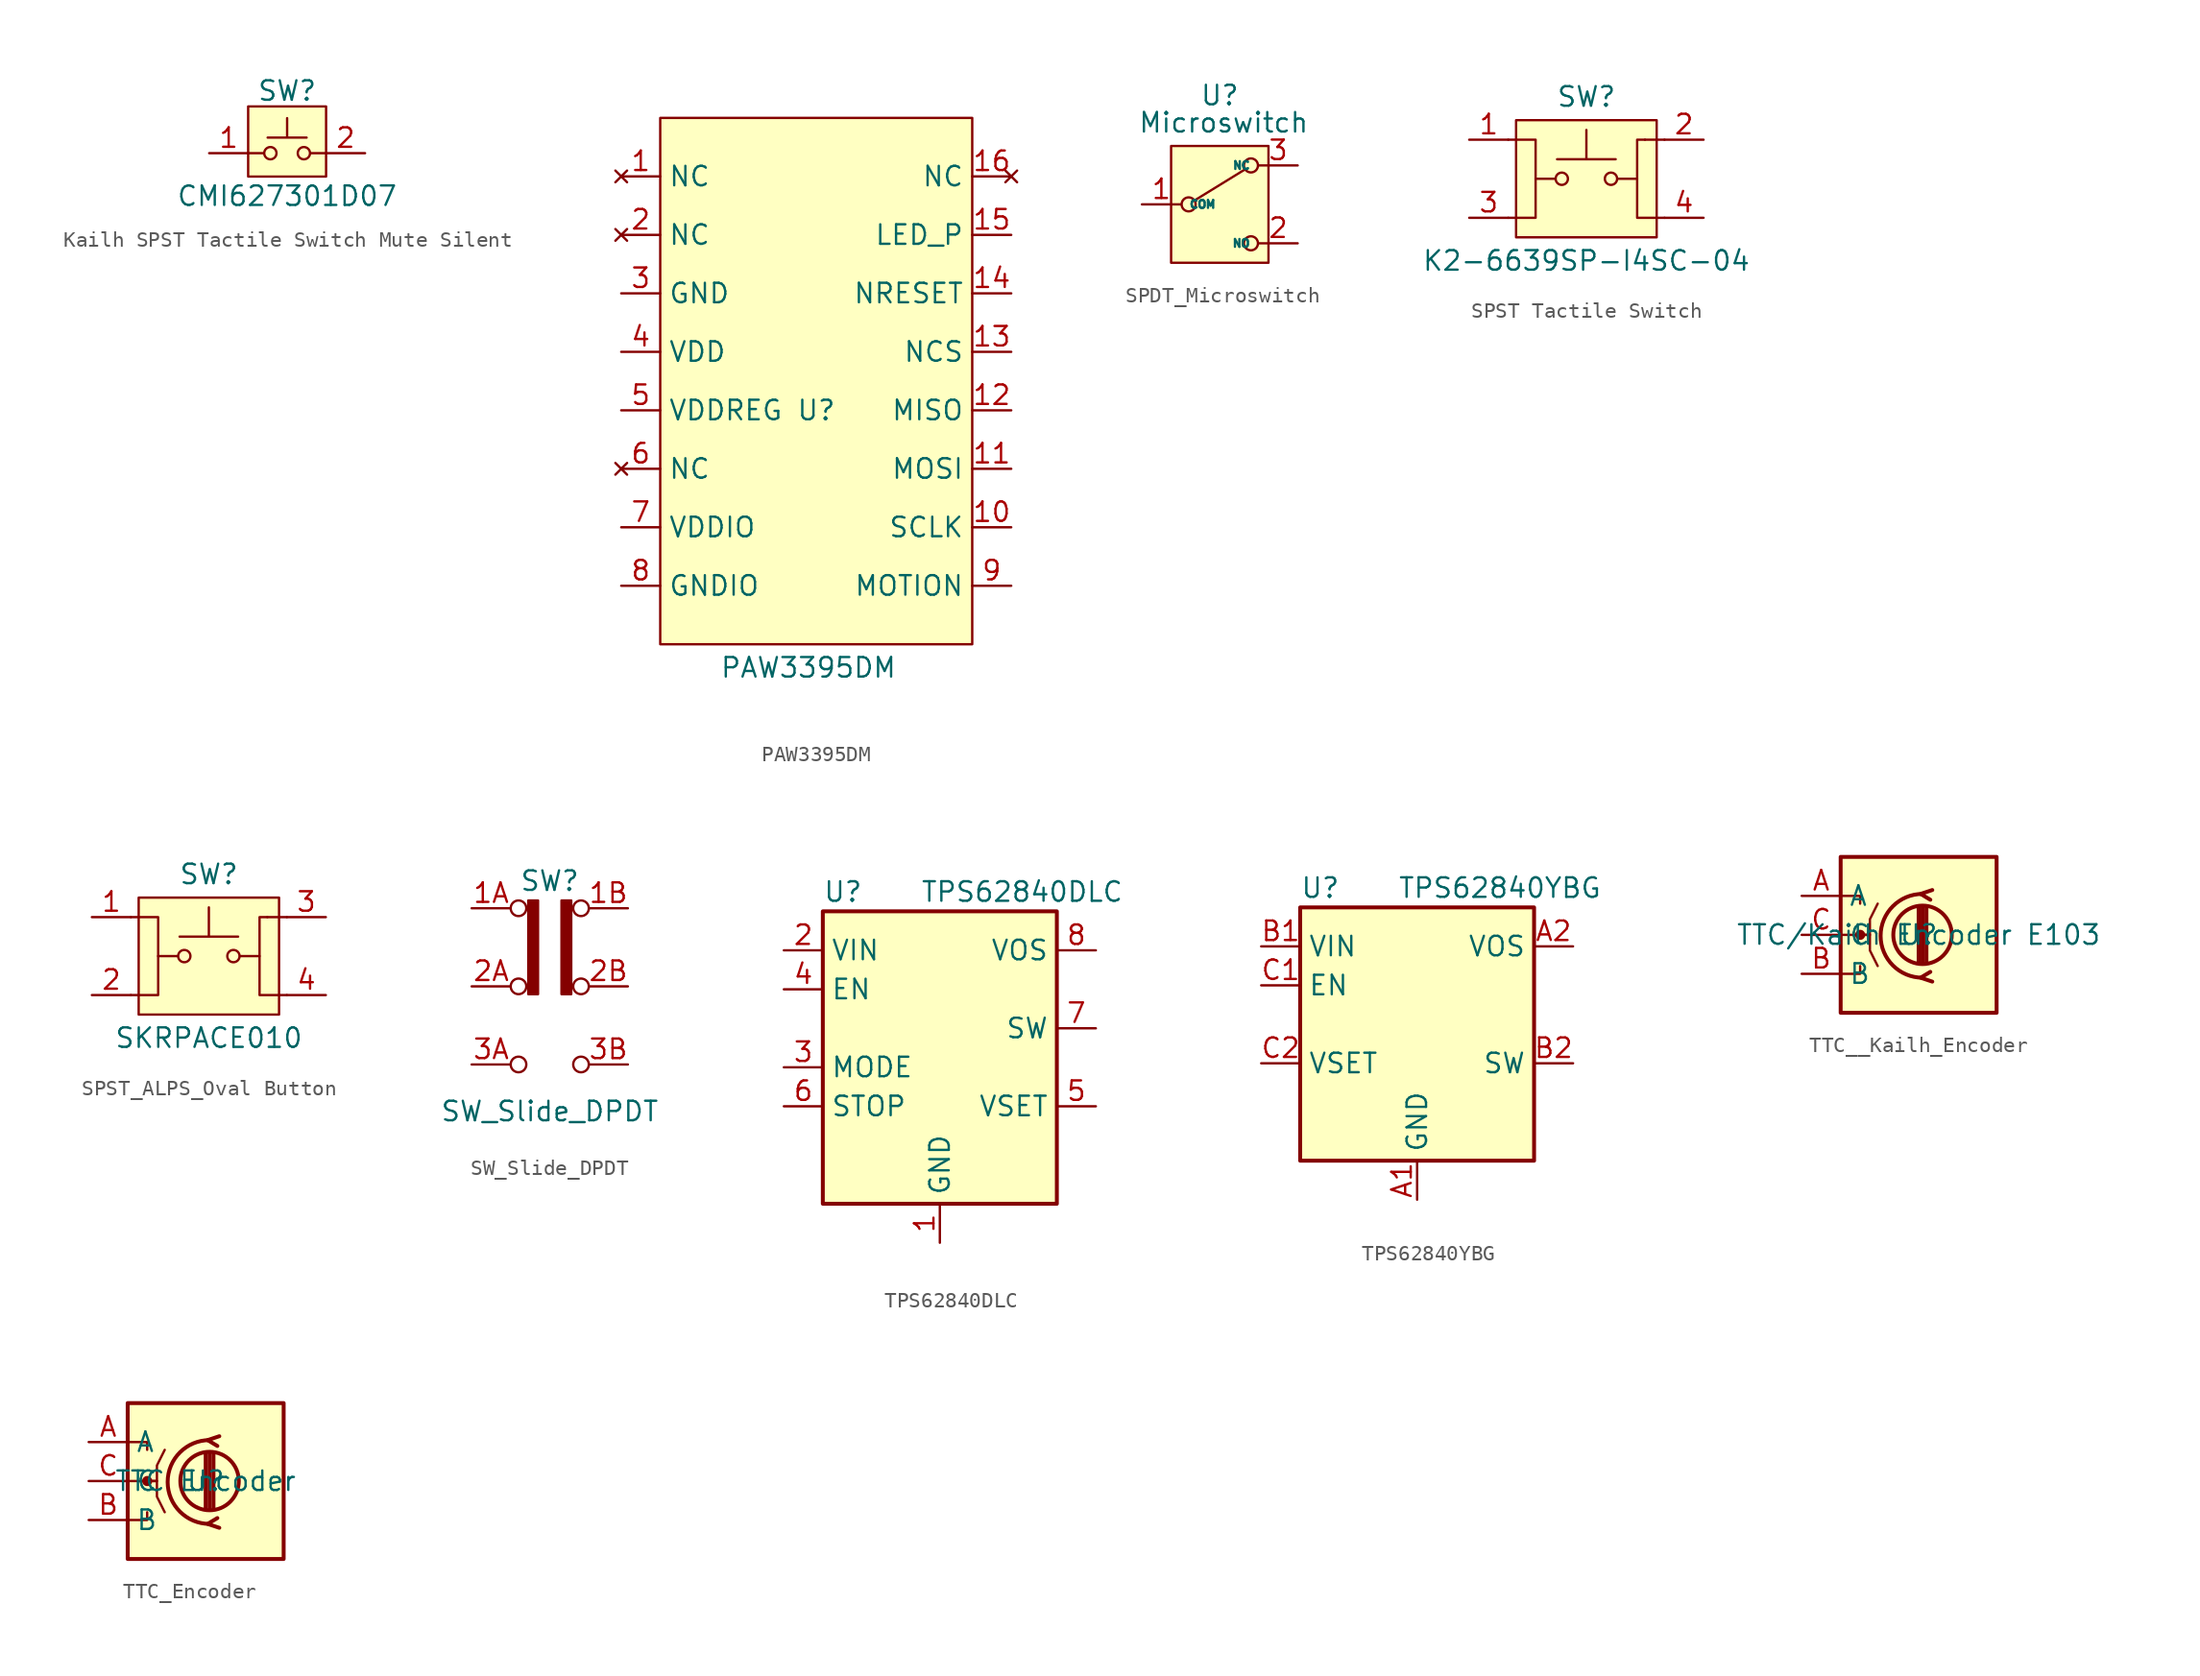
<source format=kicad_sym>
(kicad_symbol_lib
  (version 20241209)
  (generator "kicad_symbol_editor")
  (generator_version "9.0")
  (symbol "Kailh SPST Tactile Switch Mute Silent"
    (pin_names
      (offset 1.016)
      (hide yes))
    (property "Reference" "SW"
      (at 0 4.064 0)
      (effects (font (size 1.27 1.27))))
    (property "Value" "CMI627301D07"
      (at 0 -2.794 0)
      (effects (font (size 1.27 1.27))))
    (symbol "Kailh SPST Tactile Switch Mute Silent_0_1"
      (polyline (pts (xy -1.524 0) (xy -2.54 0)) (stroke (width 0) (type default)) (fill (type none)))
      (circle (center -1.092 0) (radius 0.4) (stroke (width 0) (type default)) (fill (type none)))
      (polyline (pts (xy 0 2.286) (xy 0 1.016) (xy -1.27 1.016) (xy 1.27 1.016)) (stroke (width 0) (type default)) (fill (type none)))
      (circle (center 1.092 0) (radius 0.4) (stroke (width 0) (type default)) (fill (type none)))
      (polyline (pts (xy 1.524 0) (xy 2.54 0)) (stroke (width 0) (type default)) (fill (type none)))
      (pin passive line (at -5.08 0 0) (length 2.54) (name "1" (effects (font (size 1.27 1.27)))) (number "1" (effects (font (size 1.27 1.27)))))
      (pin passive line (at 5.08 0 180) (length 2.54) (name "2" (effects (font (size 1.27 1.27)))) (number "2" (effects (font (size 1.27 1.27))))))
    (symbol "Kailh SPST Tactile Switch Mute Silent_1_1"
      (rectangle (start -2.54 3.048) (end 2.54 -1.524) (stroke (width 0) (type solid)) (fill (type background)))))
  (symbol "PAW3395DM"
    (property "Reference" "U"
      (at 0 0 0)
      (effects (font (size 1.27 1.27))))
    (property "Value" "PAW3395DM"
      (at -0.508 -16.764 0)
      (effects (font (size 1.27 1.27))))
    (symbol "PAW3395DM_0_0"
      (pin unspecified line (at -12.7 7.62 0) (length 2.54) (name "GND" (effects (font (size 1.27 1.27)))) (number "3" (effects (font (size 1.27 1.27)))))
      (pin power_in line (at -12.7 3.81 0) (length 2.54) (name "VDD" (effects (font (size 1.27 1.27)))) (number "4" (effects (font (size 1.27 1.27)))))
      (pin unspecified line (at -12.7 0 0) (length 2.54) (name "VDDREG" (effects (font (size 1.27 1.27)))) (number "5" (effects (font (size 1.27 1.27)))))
      (pin power_in line (at -12.7 -7.62 0) (length 2.54) (name "VDDIO" (effects (font (size 1.27 1.27)))) (number "7" (effects (font (size 1.27 1.27)))))
      (pin unspecified line (at -12.7 -11.43 0) (length 2.54) (name "GNDIO" (effects (font (size 1.27 1.27)))) (number "8" (effects (font (size 1.27 1.27)))))
      (pin input line (at 12.7 11.43 180) (length 2.54) (name "LED_P" (effects (font (size 1.27 1.27)))) (number "15" (effects (font (size 1.27 1.27)))))
      (pin input line (at 12.7 7.62 180) (length 2.54) (name "NRESET" (effects (font (size 1.27 1.27)))) (number "14" (effects (font (size 1.27 1.27)))))
      (pin input line (at 12.7 3.81 180) (length 2.54) (name "NCS" (effects (font (size 1.27 1.27)))) (number "13" (effects (font (size 1.27 1.27)))))
      (pin output line (at 12.7 0 180) (length 2.54) (name "MISO" (effects (font (size 1.27 1.27)))) (number "12" (effects (font (size 1.27 1.27)))))
      (pin input line (at 12.7 -3.81 180) (length 2.54) (name "MOSI" (effects (font (size 1.27 1.27)))) (number "11" (effects (font (size 1.27 1.27)))))
      (pin input line (at 12.7 -7.62 180) (length 2.54) (name "SCLK" (effects (font (size 1.27 1.27)))) (number "10" (effects (font (size 1.27 1.27)))))
      (pin output line (at 12.7 -11.43 180) (length 2.54) (name "MOTION" (effects (font (size 1.27 1.27)))) (number "9" (effects (font (size 1.27 1.27))))))
    (symbol "PAW3395DM_1_0"
      (pin no_connect line (at -12.7 15.24 0) (length 2.54) (name "NC" (effects (font (size 1.27 1.27)))) (number "1" (effects (font (size 1.27 1.27)))))
      (pin no_connect line (at -12.7 11.43 0) (length 2.54) (name "NC" (effects (font (size 1.27 1.27)))) (number "2" (effects (font (size 1.27 1.27)))))
      (pin no_connect line (at -12.7 -3.81 0) (length 2.54) (name "NC" (effects (font (size 1.27 1.27)))) (number "6" (effects (font (size 1.27 1.27)))))
      (pin no_connect line (at 12.7 15.24 180) (length 2.54) (name "NC" (effects (font (size 1.27 1.27)))) (number "16" (effects (font (size 1.27 1.27))))))
    (symbol "PAW3395DM_1_1"
      (rectangle (start -10.16 19.05) (end 10.16 -15.24) (stroke (width 0) (type solid)) (fill (type background)))))
  (symbol "SPDT_Microswitch"
    (property "Reference" "U"
      (at 0 7.112 0)
      (effects (font (size 1.27 1.27))))
    (property "Value" "Microswitch"
      (at 0.254 5.334 0)
      (effects (font (size 1.27 1.27))))
    (symbol "SPDT_Microswitch_0_1"
      (circle (center -2.032 0) (radius 0.457) (stroke (width 0) (type default)) (fill (type none)))
      (polyline (pts (xy -1.651 0.254) (xy 1.651 2.286)) (stroke (width 0) (type default)) (fill (type none)))
      (circle (center 2.032 2.54) (radius 0.457) (stroke (width 0) (type default)) (fill (type none)))
      (circle (center 2.032 -2.54) (radius 0.457) (stroke (width 0) (type default)) (fill (type none))))
    (symbol "SPDT_Microswitch_1_1"
      (rectangle (start -3.175 3.81) (end 3.175 -3.81) (stroke (width 0) (type default)) (fill (type background)))
      (pin passive line (at -5.08 0 0) (length 2.54) (name "COM" (effects (font (size 0.508 0.508)))) (number "1" (effects (font (size 1.27 1.27)))))
      (pin passive line (at 5.08 2.54 180) (length 2.54) (name "NC" (effects (font (size 0.508 0.508)))) (number "3" (effects (font (size 1.27 1.27)))))
      (pin passive line (at 5.08 -2.54 180) (length 2.54) (name "NO" (effects (font (size 0.508 0.508)))) (number "2" (effects (font (size 1.27 1.27)))))))
  (symbol "SPST Tactile Switch"
    (pin_names
      (offset 1.016)
      (hide yes))
    (property "Reference" "SW"
      (at 0 5.334 0)
      (effects (font (size 1.27 1.27))))
    (property "Value" "K2-6639SP-I4SC-04"
      (at 0 -5.334 0)
      (effects (font (size 1.27 1.27))))
    (symbol "SPST Tactile Switch_0_1"
      (circle (center -1.6 0) (radius 0.4) (stroke (width 0) (type default)) (fill (type none)))
      (polyline (pts (xy 0 3.175) (xy 0 1.27) (xy -1.905 1.27) (xy 1.905 1.27)) (stroke (width 0) (type default)) (fill (type none)))
      (circle (center 1.6 0) (radius 0.4) (stroke (width 0) (type default)) (fill (type none)))
      (pin passive line (at -7.62 2.54 0) (length 2.54) (name "1" (effects (font (size 1.27 1.27)))) (number "1" (effects (font (size 1.27 1.27)))))
      (pin passive line (at 7.62 2.54 180) (length 2.54) (name "2" (effects (font (size 1.27 1.27)))) (number "2" (effects (font (size 1.27 1.27))))))
    (symbol "SPST Tactile Switch_1_1"
      (polyline (pts (xy -5.08 2.54) (xy -3.302 2.54) (xy -3.302 -2.54) (xy -5.08 -2.54)) (stroke (width 0) (type default)) (fill (type none)))
      (rectangle (start -4.572 3.81) (end 4.572 -3.81) (stroke (width 0) (type solid)) (fill (type background)))
      (polyline (pts (xy -2.032 0) (xy -3.302 0)) (stroke (width 0) (type default)) (fill (type none)))
      (polyline (pts (xy 2.032 0) (xy 3.302 0)) (stroke (width 0) (type default)) (fill (type none)))
      (polyline (pts (xy 3.81 2.54) (xy 5.08 2.54)) (stroke (width 0) (type default)) (fill (type none)))
      (polyline (pts (xy 5.08 -2.54) (xy 3.81 -2.54) (xy 3.302 -2.54) (xy 3.302 2.54) (xy 3.81 2.54)) (stroke (width 0) (type default)) (fill (type none)))
      (pin passive line (at -7.62 -2.54 0) (length 2.54) (name "3" (effects (font (size 1.27 1.27)))) (number "3" (effects (font (size 1.27 1.27)))))
      (pin passive line (at 7.62 -2.54 180) (length 2.54) (name "4" (effects (font (size 1.27 1.27)))) (number "4" (effects (font (size 1.27 1.27)))))))
  (symbol "SPST_ALPS_Oval Button"
    (pin_names
      (offset 1.016)
      (hide yes))
    (property "Reference" "SW"
      (at 0 5.334 0)
      (effects (font (size 1.27 1.27))))
    (property "Value" "SKRPACE010"
      (at 0 -5.334 0)
      (effects (font (size 1.27 1.27))))
    (symbol "SPST_ALPS_Oval Button_0_1"
      (circle (center -1.6 0) (radius 0.4) (stroke (width 0) (type default)) (fill (type none)))
      (polyline (pts (xy 0 3.175) (xy 0 1.27) (xy -1.905 1.27) (xy 1.905 1.27)) (stroke (width 0) (type default)) (fill (type none)))
      (circle (center 1.6 0) (radius 0.4) (stroke (width 0) (type default)) (fill (type none)))
      (pin passive line (at -7.62 2.54 0) (length 2.54) (name "1" (effects (font (size 1.27 1.27)))) (number "1" (effects (font (size 1.27 1.27)))))
      (pin passive line (at -7.62 -2.54 0) (length 2.54) (name "2" (effects (font (size 1.27 1.27)))) (number "2" (effects (font (size 1.27 1.27))))))
    (symbol "SPST_ALPS_Oval Button_1_1"
      (polyline (pts (xy -5.08 2.54) (xy -3.302 2.54) (xy -3.302 -2.54) (xy -5.08 -2.54)) (stroke (width 0) (type default)) (fill (type none)))
      (rectangle (start -4.572 3.81) (end 4.572 -3.81) (stroke (width 0) (type solid)) (fill (type background)))
      (polyline (pts (xy -2.032 0) (xy -3.302 0)) (stroke (width 0) (type default)) (fill (type none)))
      (polyline (pts (xy 2.032 0) (xy 3.302 0)) (stroke (width 0) (type default)) (fill (type none)))
      (polyline (pts (xy 3.81 2.54) (xy 5.08 2.54)) (stroke (width 0) (type default)) (fill (type none)))
      (polyline (pts (xy 5.08 -2.54) (xy 3.81 -2.54) (xy 3.302 -2.54) (xy 3.302 2.54) (xy 3.81 2.54)) (stroke (width 0) (type default)) (fill (type none)))
      (pin passive line (at 7.62 2.54 180) (length 2.54) (name "3" (effects (font (size 1.27 1.27)))) (number "3" (effects (font (size 1.27 1.27)))))
      (pin passive line (at 7.62 -2.54 180) (length 2.54) (name "4" (effects (font (size 1.27 1.27)))) (number "4" (effects (font (size 1.27 1.27)))))))
  (symbol "SW_Slide_DPDT"
    (pin_names
      (offset 0)
      (hide yes))
    (property "Reference" "SW"
      (at 0 6.858 0)
      (effects (font (size 1.27 1.27))))
    (property "Value" "SW_Slide_DPDT"
      (at 0 -8.128 0)
      (effects (font (size 1.27 1.27))))
    (symbol "SW_Slide_DPDT_0_0"
      (circle (center -2.032 5.08) (radius 0.508) (stroke (width 0) (type default)) (fill (type none)))
      (circle (center -2.032 -5.08) (radius 0.508) (stroke (width 0) (type default)) (fill (type none)))
      (circle (center 2.032 0) (radius 0.508) (stroke (width 0) (type default)) (fill (type none)))
      (circle (center 2.032 -5.08) (radius 0.508) (stroke (width 0) (type default)) (fill (type none))))
    (symbol "SW_Slide_DPDT_0_1"
      (circle (center -2.032 0) (radius 0.508) (stroke (width 0) (type default)) (fill (type none)))
      (circle (center 2.032 5.08) (radius 0.508) (stroke (width 0) (type default)) (fill (type none))))
    (symbol "SW_Slide_DPDT_1_1"
      (rectangle (start -1.397 5.588) (end -0.762 -0.508) (stroke (width 0) (type solid)) (fill (type outline)))
      (rectangle (start 0.762 5.588) (end 1.397 -0.508) (stroke (width 0) (type default)) (fill (type outline)))
      (pin passive line (at -5.08 5.08 0) (length 2.54) (name "NC" (effects (font (size 1.27 1.27)))) (number "1A" (effects (font (size 1.27 1.27)))))
      (pin passive line (at -5.08 0 0) (length 2.54) (name "COM" (effects (font (size 1.27 1.27)))) (number "2A" (effects (font (size 1.27 1.27)))))
      (pin passive line (at -5.08 -5.08 0) (length 2.54) (name "NO" (effects (font (size 1.27 1.27)))) (number "3A" (effects (font (size 1.27 1.27)))))
      (pin passive line (at 5.08 5.08 180) (length 2.54) (name "NC" (effects (font (size 1.27 1.27)))) (number "1B" (effects (font (size 1.27 1.27)))))
      (pin passive line (at 5.08 0 180) (length 2.54) (name "COM" (effects (font (size 1.27 1.27)))) (number "2B" (effects (font (size 1.27 1.27)))))
      (pin passive line (at 5.08 -5.08 180) (length 2.54) (name "NO" (effects (font (size 1.27 1.27)))) (number "3B" (effects (font (size 1.27 1.27)))))))
  (symbol "TPS62840DLC"
    (property "Reference" "U"
      (at -7.62 11.43 0)
      (effects (font (size 1.27 1.27)) (justify left)))
    (property "Value" "TPS62840DLC"
      (at -1.27 11.43 0)
      (effects (font (size 1.27 1.27)) (justify left)))
    (symbol "TPS62840DLC_0_1"
      (rectangle (start -7.62 10.16) (end 7.62 -8.89) (stroke (width 0.254) (type default)) (fill (type background))))
    (symbol "TPS62840DLC_1_1"
      (pin power_in line (at -10.16 7.62 0) (length 2.54) (name "VIN" (effects (font (size 1.27 1.27)))) (number "2" (effects (font (size 1.27 1.27)))))
      (pin input line (at -10.16 5.08 0) (length 2.54) (name "EN" (effects (font (size 1.27 1.27)))) (number "4" (effects (font (size 1.27 1.27)))))
      (pin input line (at -10.16 0 0) (length 2.54) (name "MODE" (effects (font (size 1.27 1.27)))) (number "3" (effects (font (size 1.27 1.27)))))
      (pin input line (at -10.16 -2.54 0) (length 2.54) (name "STOP" (effects (font (size 1.27 1.27)))) (number "6" (effects (font (size 1.27 1.27)))))
      (pin power_in line (at 0 -11.43 90) (length 2.54) (name "GND" (effects (font (size 1.27 1.27)))) (number "1" (effects (font (size 1.27 1.27)))))
      (pin input line (at 10.16 7.62 180) (length 2.54) (name "VOS" (effects (font (size 1.27 1.27)))) (number "8" (effects (font (size 1.27 1.27)))))
      (pin power_out line (at 10.16 2.54 180) (length 2.54) (name "SW" (effects (font (size 1.27 1.27)))) (number "7" (effects (font (size 1.27 1.27)))))
      (pin input line (at 10.16 -2.54 180) (length 2.54) (name "VSET" (effects (font (size 1.27 1.27)))) (number "5" (effects (font (size 1.27 1.27)))))))
  (symbol "TPS62840YBG"
    (property "Reference" "U"
      (at -7.62 11.43 0)
      (effects (font (size 1.27 1.27)) (justify left)))
    (property "Value" "TPS62840YBG"
      (at -1.27 11.43 0)
      (effects (font (size 1.27 1.27)) (justify left)))
    (symbol "TPS62840YBG_0_1"
      (rectangle (start -7.62 10.16) (end 7.62 -6.35) (stroke (width 0.254) (type default)) (fill (type background))))
    (symbol "TPS62840YBG_1_1"
      (pin power_in line (at -10.16 7.62 0) (length 2.54) (name "VIN" (effects (font (size 1.27 1.27)))) (number "B1" (effects (font (size 1.27 1.27)))))
      (pin input line (at -10.16 5.08 0) (length 2.54) (name "EN" (effects (font (size 1.27 1.27)))) (number "C1" (effects (font (size 1.27 1.27)))))
      (pin input line (at -10.16 0 0) (length 2.54) (name "VSET" (effects (font (size 1.27 1.27)))) (number "C2" (effects (font (size 1.27 1.27)))))
      (pin power_in line (at 0 -8.89 90) (length 2.54) (name "GND" (effects (font (size 1.27 1.27)))) (number "A1" (effects (font (size 1.27 1.27)))))
      (pin input line (at 10.16 7.62 180) (length 2.54) (name "VOS" (effects (font (size 1.27 1.27)))) (number "A2" (effects (font (size 1.27 1.27)))))
      (pin power_out line (at 10.16 0 180) (length 2.54) (name "SW" (effects (font (size 1.27 1.27)))) (number "B2" (effects (font (size 1.27 1.27)))))))
  (symbol "TTC__Kailh_Encoder"
    (property "Reference" "U"
      (at 0 0 0)
      (effects (font (size 1.27 1.27))))
    (property "Value" "TTC/Kailh Encoder E103"
      (at 0 0 0)
      (effects (font (size 1.27 1.27))))
    (symbol "TTC__Kailh_Encoder_0_1"
      (rectangle (start -5.08 5.08) (end 5.08 -5.08) (stroke (width 0.254) (type default)) (fill (type background)))
      (polyline (pts (xy -5.08 2.54) (xy -3.81 2.54) (xy -3.81 2.032)) (stroke (width 0) (type default)) (fill (type none)))
      (polyline (pts (xy -5.08 0) (xy -3.175 0) (xy -3.175 -1.016) (xy -2.667 -2.032)) (stroke (width 0) (type default)) (fill (type none)))
      (polyline (pts (xy -5.08 -2.54) (xy -3.81 -2.54) (xy -3.81 -2.032)) (stroke (width 0) (type default)) (fill (type none)))
      (circle (center -3.81 0) (radius 0.254) (stroke (width 0) (type default)) (fill (type outline)))
      (polyline (pts (xy -3.683 0) (xy -3.175 0) (xy -3.175 1.016) (xy -2.667 2.032)) (stroke (width 0) (type default)) (fill (type none)))
      (polyline (pts (xy 0 -1.778) (xy 0 1.778)) (stroke (width 0.254) (type default)) (fill (type none)))
      (circle (center 0.254 0) (radius 1.905) (stroke (width 0.254) (type default)) (fill (type none)))
      (polyline (pts (xy 0.254 -1.778) (xy 0.254 1.778)) (stroke (width 0.254) (type default)) (fill (type none)))
      (arc (start 0.254 -2.794) (mid -2.4638 -0.0635) (end 0.254 2.667) (stroke (width 0.254) (type default)) (fill (type none)))
      (polyline (pts (xy 0.508 1.778) (xy 0.508 -1.778)) (stroke (width 0.254) (type default)) (fill (type none)))
      (polyline (pts (xy 0.889 2.921) (xy 0.127 2.667) (xy 0.762 2.286)) (stroke (width 0.254) (type default)) (fill (type none)))
      (polyline (pts (xy 0.889 -3.048) (xy 0.127 -2.794) (xy 0.762 -2.413)) (stroke (width 0.254) (type default)) (fill (type none))))
    (symbol "TTC__Kailh_Encoder_1_1"
      (pin passive line (at -7.62 2.54 0) (length 2.54) (name "A" (effects (font (size 1.27 1.27)))) (number "A" (effects (font (size 1.27 1.27)))))
      (pin passive line (at -7.62 0 0) (length 2.54) (name "C" (effects (font (size 1.27 1.27)))) (number "C" (effects (font (size 1.27 1.27)))))
      (pin passive line (at -7.62 -2.54 0) (length 2.54) (name "B" (effects (font (size 1.27 1.27)))) (number "B" (effects (font (size 1.27 1.27)))))))
  (symbol "TTC_Encoder"
    (property "Reference" "U"
      (at 0 0 0)
      (effects (font (size 1.27 1.27))))
    (property "Value" "TTC Encoder"
      (at 0 0 0)
      (effects (font (size 1.27 1.27))))
    (symbol "TTC_Encoder_0_1"
      (rectangle (start -5.08 5.08) (end 5.08 -5.08) (stroke (width 0.254) (type default)) (fill (type background)))
      (polyline (pts (xy -5.08 2.54) (xy -3.81 2.54) (xy -3.81 2.032)) (stroke (width 0) (type default)) (fill (type none)))
      (polyline (pts (xy -5.08 0) (xy -3.175 0) (xy -3.175 -1.016) (xy -2.667 -2.032)) (stroke (width 0) (type default)) (fill (type none)))
      (polyline (pts (xy -5.08 -2.54) (xy -3.81 -2.54) (xy -3.81 -2.032)) (stroke (width 0) (type default)) (fill (type none)))
      (circle (center -3.81 0) (radius 0.254) (stroke (width 0) (type default)) (fill (type outline)))
      (polyline (pts (xy -3.683 0) (xy -3.175 0) (xy -3.175 1.016) (xy -2.667 2.032)) (stroke (width 0) (type default)) (fill (type none)))
      (polyline (pts (xy 0 -1.778) (xy 0 1.778)) (stroke (width 0.254) (type default)) (fill (type none)))
      (circle (center 0.254 0) (radius 1.905) (stroke (width 0.254) (type default)) (fill (type none)))
      (polyline (pts (xy 0.254 -1.778) (xy 0.254 1.778)) (stroke (width 0.254) (type default)) (fill (type none)))
      (arc (start 0.254 -2.794) (mid -2.4638 -0.0635) (end 0.254 2.667) (stroke (width 0.254) (type default)) (fill (type none)))
      (polyline (pts (xy 0.508 1.778) (xy 0.508 -1.778)) (stroke (width 0.254) (type default)) (fill (type none)))
      (polyline (pts (xy 0.889 2.921) (xy 0.127 2.667) (xy 0.762 2.286)) (stroke (width 0.254) (type default)) (fill (type none)))
      (polyline (pts (xy 0.889 -3.048) (xy 0.127 -2.794) (xy 0.762 -2.413)) (stroke (width 0.254) (type default)) (fill (type none))))
    (symbol "TTC_Encoder_1_1"
      (pin passive line (at -7.62 2.54 0) (length 2.54) (name "A" (effects (font (size 1.27 1.27)))) (number "A" (effects (font (size 1.27 1.27)))))
      (pin passive line (at -7.62 0 0) (length 2.54) (name "C" (effects (font (size 1.27 1.27)))) (number "C" (effects (font (size 1.27 1.27)))))
      (pin passive line (at -7.62 -2.54 0) (length 2.54) (name "B" (effects (font (size 1.27 1.27)))) (number "B" (effects (font (size 1.27 1.27))))))))
</source>
